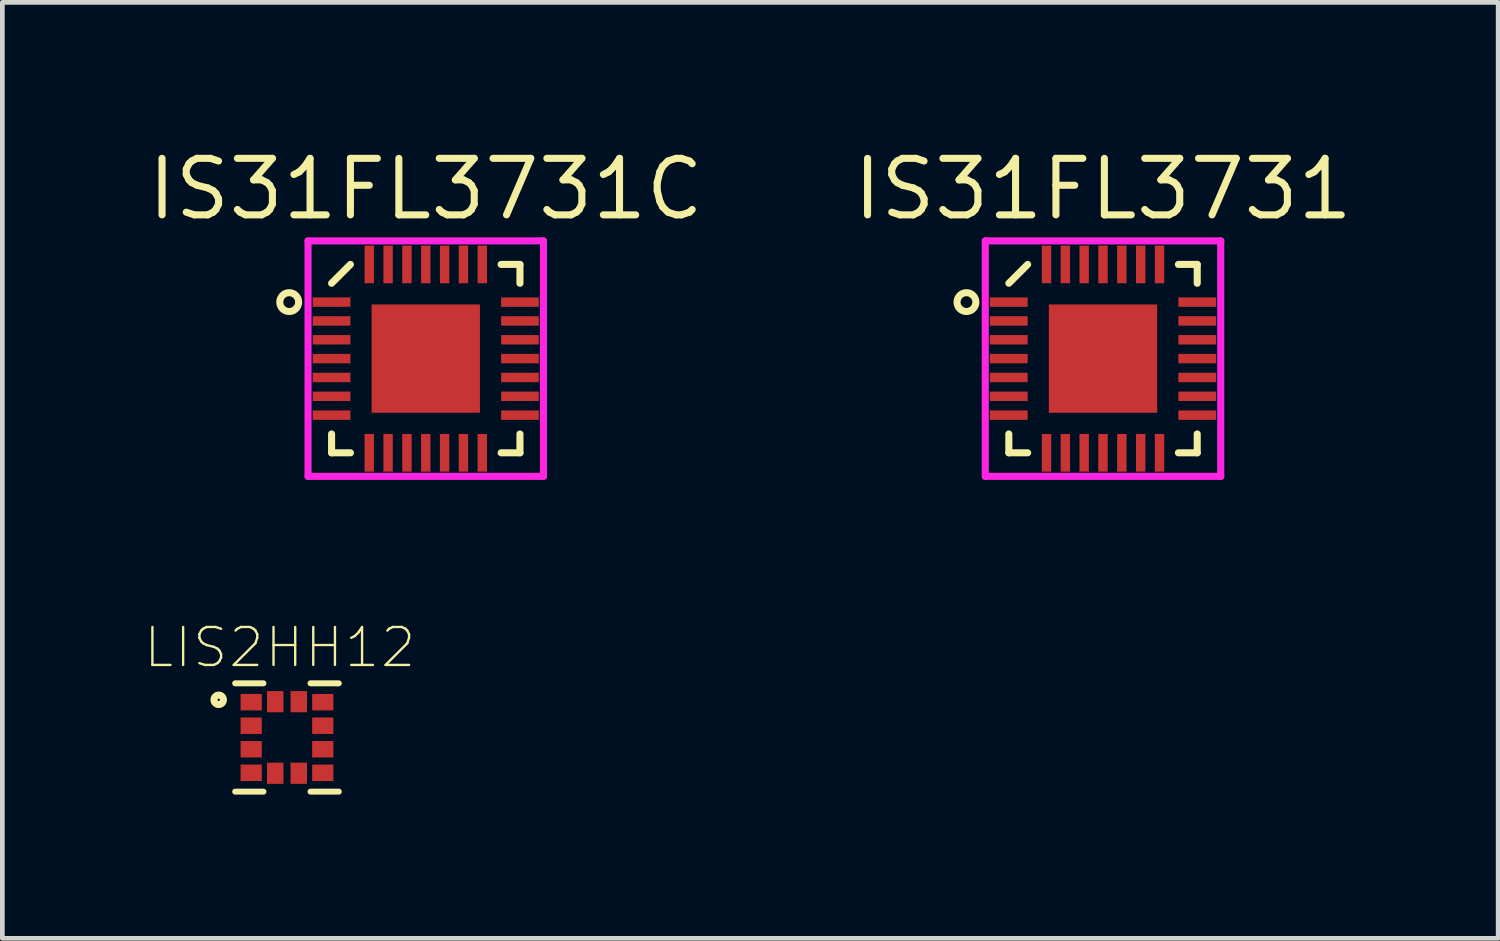
<source format=kicad_pcb>
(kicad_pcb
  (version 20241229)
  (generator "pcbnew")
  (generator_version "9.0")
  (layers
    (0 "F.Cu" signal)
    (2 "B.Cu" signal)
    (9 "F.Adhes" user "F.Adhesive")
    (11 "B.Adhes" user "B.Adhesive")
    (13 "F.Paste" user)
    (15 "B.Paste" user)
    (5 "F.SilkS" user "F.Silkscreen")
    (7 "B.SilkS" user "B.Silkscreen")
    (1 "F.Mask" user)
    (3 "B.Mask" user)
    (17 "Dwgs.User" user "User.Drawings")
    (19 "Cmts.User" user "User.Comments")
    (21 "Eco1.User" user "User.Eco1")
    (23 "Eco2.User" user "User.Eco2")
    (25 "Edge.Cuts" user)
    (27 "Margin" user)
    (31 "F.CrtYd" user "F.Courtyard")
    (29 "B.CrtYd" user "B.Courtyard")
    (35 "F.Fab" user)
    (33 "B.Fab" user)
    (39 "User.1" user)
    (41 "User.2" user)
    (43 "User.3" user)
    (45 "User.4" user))
  (footprint "IS31FL3731"
    (layer "F.Cu")
    (at 20.372 4.565)
    (property "Reference" "IS31FL3731" (at 0 -3.6 0) (layer "F.SilkS") (effects (font (size 1.2 1.2) (thickness 0.15))))
    (attr through_hole)
    (fp_line (start -2 -1.6) (end -1.6 -2) (stroke (width 0.15) (type solid)) (layer "F.SilkS"))
    (fp_line (start -2 2) (end -2 1.6) (stroke (width 0.15) (type solid)) (layer "F.SilkS"))
    (fp_line (start -1.6 2) (end -2 2) (stroke (width 0.15) (type solid)) (layer "F.SilkS"))
    (fp_line (start 1.6 -2) (end 2 -2) (stroke (width 0.15) (type solid)) (layer "F.SilkS"))
    (fp_line (start 1.6 2) (end 2 2) (stroke (width 0.15) (type solid)) (layer "F.SilkS"))
    (fp_line (start 2 -2) (end 2 -1.6) (stroke (width 0.15) (type solid)) (layer "F.SilkS"))
    (fp_line (start 2 2) (end 2 1.6) (stroke (width 0.15) (type solid)) (layer "F.SilkS"))
    (fp_circle (center -2.9 -1.2) (end -3.1 -1.2) (stroke (width 0.15) (type solid)) (fill no) (layer "F.SilkS"))
    (fp_line (start -2.5 -2.5) (end -2.5 2.5) (stroke (width 0.15) (type solid)) (layer "F.CrtYd"))
    (fp_line (start -2.5 2.5) (end 2.5 2.5) (stroke (width 0.15) (type solid)) (layer "F.CrtYd"))
    (fp_line (start 2.5 -2.5) (end -2.5 -2.5) (stroke (width 0.15) (type solid)) (layer "F.CrtYd"))
    (fp_line (start 2.5 2.5) (end 2.5 -2.5) (stroke (width 0.15) (type solid)) (layer "F.CrtYd"))
    (pad "1" smd rect (at -2 -1.2 90) (size 0.2 0.8) (layers "F.Cu" "F.Mask" "F.Paste"))
    (pad "2" smd rect (at -2 -0.8 90) (size 0.2 0.8) (layers "F.Cu" "F.Mask" "F.Paste"))
    (pad "3" smd rect (at -2 -0.4 90) (size 0.2 0.8) (layers "F.Cu" "F.Mask" "F.Paste"))
    (pad "4" smd rect (at -2 0 90) (size 0.2 0.8) (layers "F.Cu" "F.Mask" "F.Paste"))
    (pad "5" smd rect (at -2 0.4 90) (size 0.2 0.8) (layers "F.Cu" "F.Mask" "F.Paste"))
    (pad "6" smd rect (at -2 0.8 90) (size 0.2 0.8) (layers "F.Cu" "F.Mask" "F.Paste"))
    (pad "7" smd rect (at -2 1.2 90) (size 0.2 0.8) (layers "F.Cu" "F.Mask" "F.Paste"))
    (pad "8" smd rect (at -1.2 2) (size 0.2 0.8) (layers "F.Cu" "F.Mask" "F.Paste"))
    (pad "9" smd rect (at -0.8 2) (size 0.2 0.8) (layers "F.Cu" "F.Mask" "F.Paste"))
    (pad "10" smd rect (at -0.4 2) (size 0.2 0.8) (layers "F.Cu" "F.Mask" "F.Paste"))
    (pad "11" smd rect (at 0 2) (size 0.2 0.8) (layers "F.Cu" "F.Mask" "F.Paste"))
    (pad "12" smd rect (at 0.4 2) (size 0.2 0.8) (layers "F.Cu" "F.Mask" "F.Paste"))
    (pad "13" smd rect (at 0.8 2) (size 0.2 0.8) (layers "F.Cu" "F.Mask" "F.Paste"))
    (pad "14" smd rect (at 1.2 2) (size 0.2 0.8) (layers "F.Cu" "F.Mask" "F.Paste"))
    (pad "15" smd rect (at 2 1.2 90) (size 0.2 0.8) (layers "F.Cu" "F.Mask" "F.Paste"))
    (pad "16" smd rect (at 2 0.8 90) (size 0.2 0.8) (layers "F.Cu" "F.Mask" "F.Paste"))
    (pad "17" smd rect (at 2 0.4 90) (size 0.2 0.8) (layers "F.Cu" "F.Mask" "F.Paste"))
    (pad "18" smd rect (at 2 0 90) (size 0.2 0.8) (layers "F.Cu" "F.Mask" "F.Paste"))
    (pad "19" smd rect (at 2 -0.4 90) (size 0.2 0.8) (layers "F.Cu" "F.Mask" "F.Paste"))
    (pad "20" smd rect (at 2 -0.8 90) (size 0.2 0.8) (layers "F.Cu" "F.Mask" "F.Paste"))
    (pad "21" smd rect (at 2 -1.2 90) (size 0.2 0.8) (layers "F.Cu" "F.Mask" "F.Paste"))
    (pad "22" smd rect (at 1.2 -2) (size 0.2 0.8) (layers "F.Cu" "F.Mask" "F.Paste"))
    (pad "23" smd rect (at 0.8 -2) (size 0.2 0.8) (layers "F.Cu" "F.Mask" "F.Paste"))
    (pad "24" smd rect (at 0.4 -2) (size 0.2 0.8) (layers "F.Cu" "F.Mask" "F.Paste"))
    (pad "25" smd rect (at 0 -2) (size 0.2 0.8) (layers "F.Cu" "F.Mask" "F.Paste"))
    (pad "26" smd rect (at -0.4 -2) (size 0.2 0.8) (layers "F.Cu" "F.Mask" "F.Paste"))
    (pad "27" smd rect (at -0.8 -2) (size 0.2 0.8) (layers "F.Cu" "F.Mask" "F.Paste"))
    (pad "28" smd rect (at -1.2 -2) (size 0.2 0.8) (layers "F.Cu" "F.Mask" "F.Paste"))
    (pad "29" smd rect (at 0 0) (size 2.3 2.3) (layers "F.Cu" "F.Mask" "F.Paste")))
  (footprint "LIS2HH12"
    (layer "F.Cu")
    (at 3.044 12.61)
    (property "Reference" "LIS2HH12" (at -0.152 -1.911 0) (layer "F.SilkS") (effects (font (size 0.806 0.806) (thickness 0.05))))
    (attr smd)
    (fp_line (start -1.1 -1.15) (end -0.5 -1.15) (stroke (width 0.127) (type solid)) (layer "F.SilkS"))
    (fp_line (start -1.1 1.15) (end -0.5 1.15) (stroke (width 0.127) (type solid)) (layer "F.SilkS"))
    (fp_line (start 1.1 -1.15) (end 0.5 -1.15) (stroke (width 0.127) (type solid)) (layer "F.SilkS"))
    (fp_line (start 1.1 1.15) (end 0.5 1.15) (stroke (width 0.127) (type solid)) (layer "F.SilkS"))
    (fp_circle (center -1.45 -0.8) (end -1.35 -0.8) (stroke (width 0.15) (type solid)) (fill no) (layer "F.SilkS"))
    (fp_line (start -1.24 -1.24) (end 1.24 -1.24) (stroke (width 0.05) (type solid)) (layer "Eco1.User"))
    (fp_line (start -1.24 1.24) (end -1.24 -1.24) (stroke (width 0.05) (type solid)) (layer "Eco1.User"))
    (fp_line (start 1.24 -1.24) (end 1.24 1.24) (stroke (width 0.05) (type solid)) (layer "Eco1.User"))
    (fp_line (start 1.24 1.24) (end -1.24 1.24) (stroke (width 0.05) (type solid)) (layer "Eco1.User"))
    (fp_line (start -1.08 -1.08) (end 1.08 -1.08) (stroke (width 0.127) (type solid)) (layer "Eco2.User"))
    (fp_line (start -1.08 1.08) (end -1.08 -1.08) (stroke (width 0.127) (type solid)) (layer "Eco2.User"))
    (fp_line (start 1.08 -1.08) (end 1.08 1.08) (stroke (width 0.127) (type solid)) (layer "Eco2.User"))
    (fp_line (start 1.08 1.08) (end -1.08 1.08) (stroke (width 0.127) (type solid)) (layer "Eco2.User"))
    (pad "1" smd rect (at -0.76 -0.75) (size 0.45 0.35) (layers "F.Cu" "F.Mask" "F.Paste"))
    (pad "2" smd rect (at -0.76 -0.25) (size 0.45 0.35) (layers "F.Cu" "F.Mask" "F.Paste"))
    (pad "3" smd rect (at -0.76 0.25) (size 0.45 0.35) (layers "F.Cu" "F.Mask" "F.Paste"))
    (pad "4" smd rect (at -0.76 0.75) (size 0.45 0.35) (layers "F.Cu" "F.Mask" "F.Paste"))
    (pad "5" smd rect (at -0.25 0.76 90) (size 0.45 0.35) (layers "F.Cu" "F.Mask" "F.Paste"))
    (pad "6" smd rect (at 0.25 0.76 90) (size 0.45 0.35) (layers "F.Cu" "F.Mask" "F.Paste"))
    (pad "7" smd rect (at 0.76 0.75) (size 0.45 0.35) (layers "F.Cu" "F.Mask" "F.Paste"))
    (pad "8" smd rect (at 0.76 0.25) (size 0.45 0.35) (layers "F.Cu" "F.Mask" "F.Paste"))
    (pad "9" smd rect (at 0.76 -0.25) (size 0.45 0.35) (layers "F.Cu" "F.Mask" "F.Paste"))
    (pad "10" smd rect (at 0.76 -0.75) (size 0.45 0.35) (layers "F.Cu" "F.Mask" "F.Paste"))
    (pad "11" smd rect (at 0.25 -0.76 90) (size 0.45 0.35) (layers "F.Cu" "F.Mask" "F.Paste"))
    (pad "12" smd rect (at -0.25 -0.76 90) (size 0.45 0.35) (layers "F.Cu" "F.Mask" "F.Paste")))
  (footprint "IS31FL3731C"
    (layer "F.Cu")
    (at 5.991 4.565)
    (property "Reference" "IS31FL3731C" (at 0 -3.6 0) (layer "F.SilkS") (effects (font (size 1.2 1.2) (thickness 0.15))))
    (attr through_hole)
    (fp_line (start -2 -1.6) (end -1.6 -2) (stroke (width 0.15) (type solid)) (layer "F.SilkS"))
    (fp_line (start -2 2) (end -2 1.6) (stroke (width 0.15) (type solid)) (layer "F.SilkS"))
    (fp_line (start -1.6 2) (end -2 2) (stroke (width 0.15) (type solid)) (layer "F.SilkS"))
    (fp_line (start 1.6 -2) (end 2 -2) (stroke (width 0.15) (type solid)) (layer "F.SilkS"))
    (fp_line (start 1.6 2) (end 2 2) (stroke (width 0.15) (type solid)) (layer "F.SilkS"))
    (fp_line (start 2 -2) (end 2 -1.6) (stroke (width 0.15) (type solid)) (layer "F.SilkS"))
    (fp_line (start 2 2) (end 2 1.6) (stroke (width 0.15) (type solid)) (layer "F.SilkS"))
    (fp_circle (center -2.9 -1.2) (end -3.1 -1.2) (stroke (width 0.15) (type solid)) (fill no) (layer "F.SilkS"))
    (fp_line (start -2.5 -2.5) (end -2.5 2.5) (stroke (width 0.15) (type solid)) (layer "F.CrtYd"))
    (fp_line (start -2.5 2.5) (end 2.5 2.5) (stroke (width 0.15) (type solid)) (layer "F.CrtYd"))
    (fp_line (start 2.5 -2.5) (end -2.5 -2.5) (stroke (width 0.15) (type solid)) (layer "F.CrtYd"))
    (fp_line (start 2.5 2.5) (end 2.5 -2.5) (stroke (width 0.15) (type solid)) (layer "F.CrtYd"))
    (pad "1" smd rect (at -2 -1.2 90) (size 0.2 0.8) (layers "F.Cu" "F.Mask" "F.Paste"))
    (pad "2" smd rect (at -2 -0.8 90) (size 0.2 0.8) (layers "F.Cu" "F.Mask" "F.Paste"))
    (pad "3" smd rect (at -2 -0.4 90) (size 0.2 0.8) (layers "F.Cu" "F.Mask" "F.Paste"))
    (pad "4" smd rect (at -2 0 90) (size 0.2 0.8) (layers "F.Cu" "F.Mask" "F.Paste"))
    (pad "5" smd rect (at -2 0.4 90) (size 0.2 0.8) (layers "F.Cu" "F.Mask" "F.Paste"))
    (pad "6" smd rect (at -2 0.8 90) (size 0.2 0.8) (layers "F.Cu" "F.Mask" "F.Paste"))
    (pad "7" smd rect (at -2 1.2 90) (size 0.2 0.8) (layers "F.Cu" "F.Mask" "F.Paste"))
    (pad "8" smd rect (at -1.2 2) (size 0.2 0.8) (layers "F.Cu" "F.Mask" "F.Paste"))
    (pad "9" smd rect (at -0.8 2) (size 0.2 0.8) (layers "F.Cu" "F.Mask" "F.Paste"))
    (pad "10" smd rect (at -0.4 2) (size 0.2 0.8) (layers "F.Cu" "F.Mask" "F.Paste"))
    (pad "11" smd rect (at 0 2) (size 0.2 0.8) (layers "F.Cu" "F.Mask" "F.Paste"))
    (pad "12" smd rect (at 0.4 2) (size 0.2 0.8) (layers "F.Cu" "F.Mask" "F.Paste"))
    (pad "13" smd rect (at 0.8 2) (size 0.2 0.8) (layers "F.Cu" "F.Mask" "F.Paste"))
    (pad "14" smd rect (at 1.2 2) (size 0.2 0.8) (layers "F.Cu" "F.Mask" "F.Paste"))
    (pad "15" smd rect (at 2 1.2 90) (size 0.2 0.8) (layers "F.Cu" "F.Mask" "F.Paste"))
    (pad "16" smd rect (at 2 0.8 90) (size 0.2 0.8) (layers "F.Cu" "F.Mask" "F.Paste"))
    (pad "17" smd rect (at 2 0.4 90) (size 0.2 0.8) (layers "F.Cu" "F.Mask" "F.Paste"))
    (pad "18" smd rect (at 2 0 90) (size 0.2 0.8) (layers "F.Cu" "F.Mask" "F.Paste"))
    (pad "19" smd rect (at 2 -0.4 90) (size 0.2 0.8) (layers "F.Cu" "F.Mask" "F.Paste"))
    (pad "20" smd rect (at 2 -0.8 90) (size 0.2 0.8) (layers "F.Cu" "F.Mask" "F.Paste"))
    (pad "21" smd rect (at 2 -1.2 90) (size 0.2 0.8) (layers "F.Cu" "F.Mask" "F.Paste"))
    (pad "22" smd rect (at 1.2 -2) (size 0.2 0.8) (layers "F.Cu" "F.Mask" "F.Paste"))
    (pad "23" smd rect (at 0.8 -2) (size 0.2 0.8) (layers "F.Cu" "F.Mask" "F.Paste"))
    (pad "24" smd rect (at 0.4 -2) (size 0.2 0.8) (layers "F.Cu" "F.Mask" "F.Paste"))
    (pad "25" smd rect (at 0 -2) (size 0.2 0.8) (layers "F.Cu" "F.Mask" "F.Paste"))
    (pad "26" smd rect (at -0.4 -2) (size 0.2 0.8) (layers "F.Cu" "F.Mask" "F.Paste"))
    (pad "27" smd rect (at -0.8 -2) (size 0.2 0.8) (layers "F.Cu" "F.Mask" "F.Paste"))
    (pad "28" smd rect (at -1.2 -2) (size 0.2 0.8) (layers "F.Cu" "F.Mask" "F.Paste"))
    (pad "29" smd rect (at 0 0) (size 2.3 2.3) (layers "F.Cu" "F.Mask" "F.Paste")))
  (gr_rect
    (start -3 -3)
    (end 28.763 16.875)
    (stroke (width 0.1) (type default))
    (fill no)
    (layer "Edge.Cuts")))
</source>
